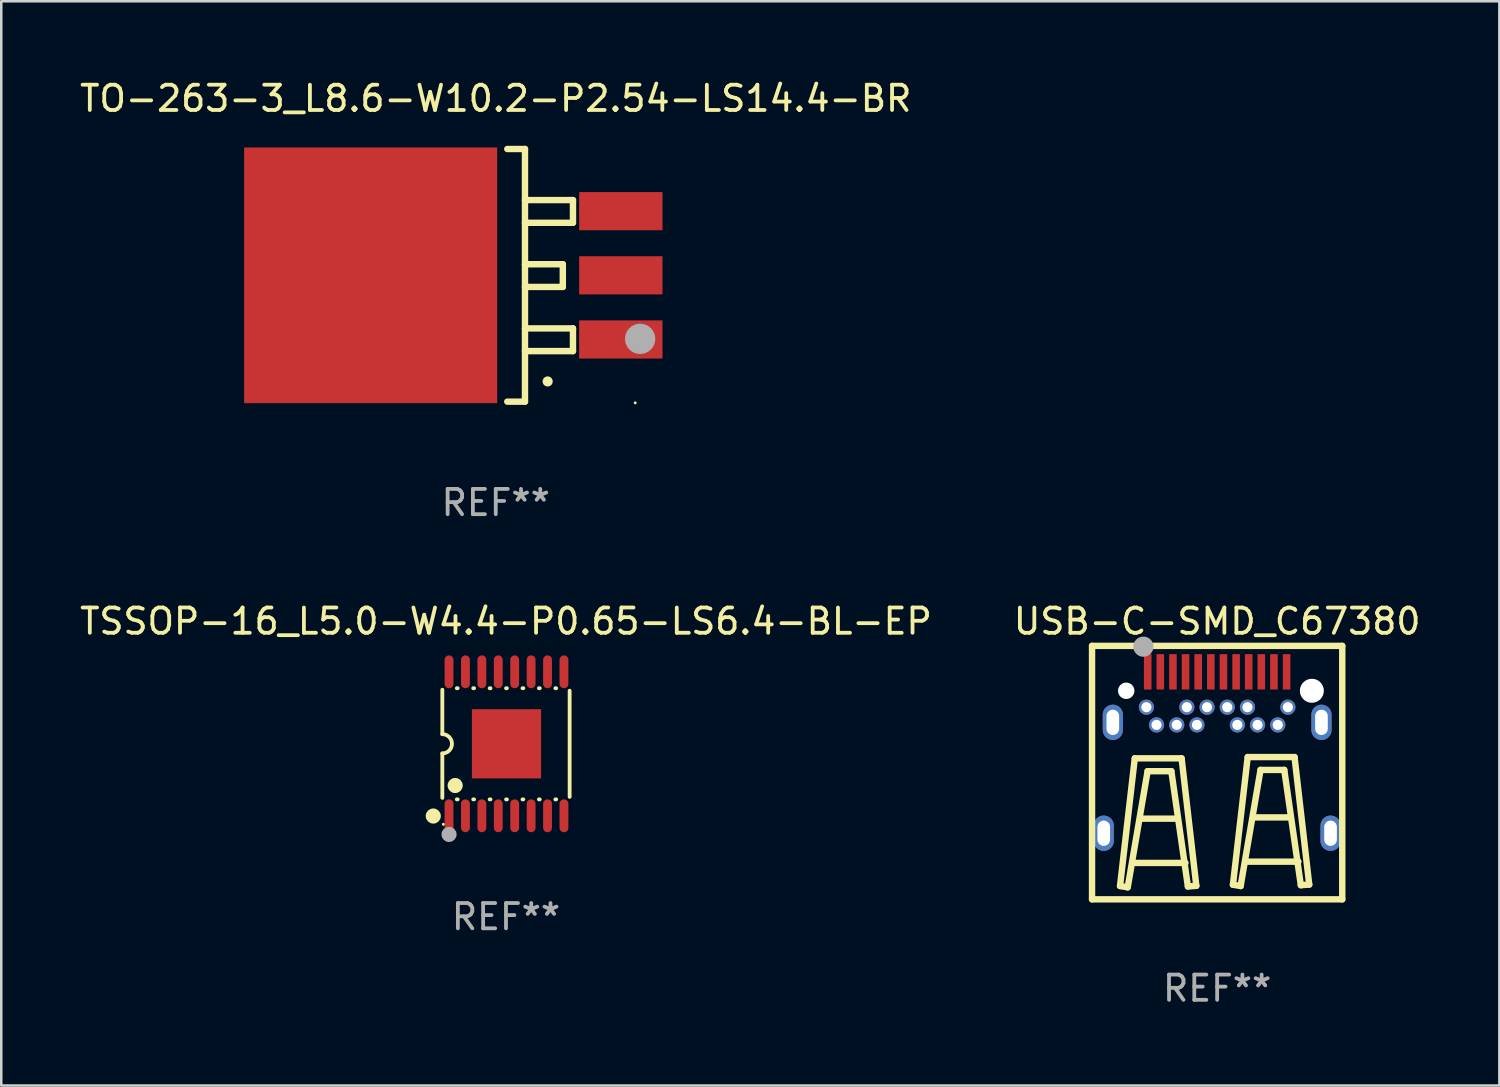
<source format=kicad_pcb>
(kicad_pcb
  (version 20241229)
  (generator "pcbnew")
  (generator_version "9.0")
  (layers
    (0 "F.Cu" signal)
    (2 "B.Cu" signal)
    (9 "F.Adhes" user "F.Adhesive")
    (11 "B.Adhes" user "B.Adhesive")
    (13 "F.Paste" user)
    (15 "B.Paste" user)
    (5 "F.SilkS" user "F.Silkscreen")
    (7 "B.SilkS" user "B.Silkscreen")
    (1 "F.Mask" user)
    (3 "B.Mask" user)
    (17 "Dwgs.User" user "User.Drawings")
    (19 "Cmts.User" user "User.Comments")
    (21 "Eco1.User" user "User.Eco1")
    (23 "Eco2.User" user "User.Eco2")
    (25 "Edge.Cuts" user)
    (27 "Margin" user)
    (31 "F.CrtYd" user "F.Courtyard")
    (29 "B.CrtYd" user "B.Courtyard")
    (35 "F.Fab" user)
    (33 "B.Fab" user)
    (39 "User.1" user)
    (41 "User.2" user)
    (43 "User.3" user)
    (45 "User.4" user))
  (footprint "TO-263-3_L8.6-W10.2-P2.54-LS14.4-BR"
    (layer "F.Cu")
    (at 16.577 7.85)
    (property "Reference" "TO-263-3_L8.6-W10.2-P2.54-LS14.4-BR" (at -0.000051 -7.001 0) (layer "F.SilkS") (effects (font (size 1 1) (thickness 0.15))))
    (attr smd)
    (fp_line (start 0.456 -5.001) (end 1.157 -5.001) (stroke (width 0.254) (type solid)) (layer "F.SilkS"))
    (fp_line (start 1.157 -5.001) (end 1.157 5.001) (stroke (width 0.254) (type solid)) (layer "F.SilkS"))
    (fp_line (start 1.157 -2.979) (end 3.057 -2.979) (stroke (width 0.254) (type solid)) (layer "F.SilkS"))
    (fp_line (start 1.157 -0.439) (end 2.655 -0.439) (stroke (width 0.254) (type solid)) (layer "F.SilkS"))
    (fp_line (start 1.157 2.101) (end 3.057 2.101) (stroke (width 0.254) (type solid)) (layer "F.SilkS"))
    (fp_line (start 1.157 3) (end 3.057 3) (stroke (width 0.254) (type solid)) (layer "F.SilkS"))
    (fp_line (start 1.157 5.001) (end 0.456 5.001) (stroke (width 0.254) (type solid)) (layer "F.SilkS"))
    (fp_line (start 2.655 -0.439) (end 2.655 0.46) (stroke (width 0.254) (type solid)) (layer "F.SilkS"))
    (fp_line (start 2.655 0.46) (end 1.157 0.46) (stroke (width 0.254) (type solid)) (layer "F.SilkS"))
    (fp_line (start 3.057 -2.979) (end 3.057 -2.08) (stroke (width 0.254) (type solid)) (layer "F.SilkS"))
    (fp_line (start 3.057 -2.08) (end 1.157 -2.08) (stroke (width 0.254) (type solid)) (layer "F.SilkS"))
    (fp_line (start 3.057 2.101) (end 3.057 3) (stroke (width 0.254) (type solid)) (layer "F.SilkS"))
    (fp_arc (start 2.055956 4.201168) (mid 2.054686 4.201172) (end 2.053416 4.201168) (stroke (width 0.398781) (type solid)) (layer "F.SilkS"))
    (fp_circle (center 5.521 5.05) (end 5.551 5.05) (stroke (width 0.06) (type solid)) (fill no) (layer "F.SilkS"))
    (fp_circle (center 5.716 2.515) (end 6.016 2.515) (stroke (width 0.6) (type solid)) (fill no) (layer "F.Fab"))
    (fp_text user "REF**" (at -0.000051 9.001 0) (layer "F.Fab") (effects (font (size 1 1) (thickness 0.15))))
    (pad "1" smd rect (at 4.952 2.54) (size 3.3 1.511) (layers "F.Cu" "F.Mask" "F.Paste"))
    (pad "2" smd rect (at 4.952 0) (size 3.3 1.511) (layers "F.Cu" "F.Mask" "F.Paste"))
    (pad "3" smd rect (at 4.952 -2.54) (size 3.3 1.511) (layers "F.Cu" "F.Mask" "F.Paste"))
    (pad "4" smd rect (at -4.952 0) (size 10.02 10.122) (layers "F.Cu" "F.Mask" "F.Paste")))
  (footprint "USB-C-SMD_C67380"
    (layer "F.Cu")
    (at 45.137 26.743)
    (property "Reference" "USB-C-SMD_C67380" (at 0 -5.195 0) (layer "F.SilkS") (effects (font (size 1 1) (thickness 0.15))))
    (attr through_hole)
    (fp_line (start -4.953 -4.223) (end -4.953 5.811) (stroke (width 0.254) (type solid)) (layer "F.SilkS"))
    (fp_line (start -4.953 5.811) (end 4.953 5.811) (stroke (width 0.254) (type solid)) (layer "F.SilkS"))
    (fp_line (start -3.845 5.285) (end -3.261 0.23) (stroke (width 0.254) (type solid)) (layer "F.SilkS"))
    (fp_line (start -3.54 5.336) (end -3.845 5.285) (stroke (width 0.254) (type solid)) (layer "F.SilkS"))
    (fp_line (start -3.261 0.23) (end -1.407 0.23) (stroke (width 0.254) (type solid)) (layer "F.SilkS"))
    (fp_line (start -2.753 0.738) (end -3.54 5.336) (stroke (width 0.254) (type solid)) (layer "F.SilkS"))
    (fp_line (start -1.813 0.738) (end -2.753 0.738) (stroke (width 0.254) (type solid)) (layer "F.SilkS"))
    (fp_line (start -1.585 2.618) (end -3.032 2.618) (stroke (width 0.254) (type solid)) (layer "F.SilkS"))
    (fp_line (start -1.407 0.23) (end -0.825 5.277) (stroke (width 0.254) (type solid)) (layer "F.SilkS"))
    (fp_line (start -1.254 4.371) (end -3.337 4.371) (stroke (width 0.254) (type solid)) (layer "F.SilkS"))
    (fp_line (start -1.158 5.303) (end -1.813 0.738) (stroke (width 0.254) (type solid)) (layer "F.SilkS"))
    (fp_line (start -0.825 5.277) (end -1.158 5.303) (stroke (width 0.254) (type solid)) (layer "F.SilkS"))
    (fp_line (start 0.625 5.234) (end 0.93 5.285) (stroke (width 0.254) (type solid)) (layer "F.SilkS"))
    (fp_line (start 0.93 5.285) (end 1.717 0.688) (stroke (width 0.254) (type solid)) (layer "F.SilkS"))
    (fp_line (start 1.209 0.18) (end 0.625 5.234) (stroke (width 0.254) (type solid)) (layer "F.SilkS"))
    (fp_line (start 1.717 0.688) (end 2.657 0.688) (stroke (width 0.254) (type solid)) (layer "F.SilkS"))
    (fp_line (start 2.657 0.688) (end 3.313 5.252) (stroke (width 0.254) (type solid)) (layer "F.SilkS"))
    (fp_line (start 2.886 2.567) (end 1.438 2.567) (stroke (width 0.254) (type solid)) (layer "F.SilkS"))
    (fp_line (start 3.064 0.18) (end 1.209 0.18) (stroke (width 0.254) (type solid)) (layer "F.SilkS"))
    (fp_line (start 3.216 4.32) (end 1.133 4.32) (stroke (width 0.254) (type solid)) (layer "F.SilkS"))
    (fp_line (start 3.313 5.252) (end 3.645 5.227) (stroke (width 0.254) (type solid)) (layer "F.SilkS"))
    (fp_line (start 3.645 5.227) (end 3.064 0.18) (stroke (width 0.254) (type solid)) (layer "F.SilkS"))
    (fp_line (start 4.953 -4.223) (end -4.953 -4.223) (stroke (width 0.254) (type solid)) (layer "F.SilkS"))
    (fp_line (start 4.953 5.811) (end 4.953 -4.223) (stroke (width 0.254) (type solid)) (layer "F.SilkS"))
    (fp_circle (center -4.8 -4.148) (end -4.77 -4.148) (stroke (width 0.06) (type solid)) (fill no) (layer "F.SilkS"))
    (fp_circle (center -3.6 -2.445) (end -3.462 -2.445) (stroke (width 0.275) (type solid)) (fill no) (layer "F.Fab"))
    (fp_circle (center -2.921 -4.191) (end -2.721 -4.191) (stroke (width 0.4) (type solid)) (fill no) (layer "F.Fab"))
    (fp_circle (center 3.75 -2.445) (end 3.888 -2.445) (stroke (width 0.275) (type solid)) (fill no) (layer "F.Fab"))
    (fp_text user "REF**" (at 0 9.336 0) (layer "F.Fab") (effects (font (size 1 1) (thickness 0.15))))
    (pad "" np_thru_hole circle (at -3.6 -2.445) (size 0.65 0.65) (drill 0.65) (layers "*.Cu" "*.Mask"))
    (pad "" np_thru_hole circle (at 3.75 -2.445) (size 0.95 0.95) (drill 0.95) (layers "*.Cu" "*.Mask"))
    (pad "13" thru_hole oval (at 4.13 -1.195 180) (size 0.8 1.4) (drill oval 0.5 1) (layers "*.Cu" "*.Mask"))
    (pad "14" thru_hole oval (at -4.13 -1.195 180) (size 0.8 1.4) (drill oval 0.5 1) (layers "*.Cu" "*.Mask"))
    (pad "15" thru_hole oval (at -4.49 3.195 180) (size 0.8 1.4) (drill oval 0.5 1) (layers "*.Cu" "*.Mask"))
    (pad "16" thru_hole oval (at 4.49 3.195 180) (size 0.8 1.4) (drill oval 0.5 1) (layers "*.Cu" "*.Mask"))
    (pad "A1" smd rect (at -2.749 -3.195 180) (size 0.3 1.4) (layers "F.Cu" "F.Mask" "F.Paste"))
    (pad "A2" smd rect (at -2.25 -3.195 180) (size 0.3 1.4) (layers "F.Cu" "F.Mask" "F.Paste"))
    (pad "A3" smd rect (at -1.751 -3.195 180) (size 0.3 1.4) (layers "F.Cu" "F.Mask" "F.Paste"))
    (pad "A4" smd rect (at -1.251 -3.195 180) (size 0.3 1.4) (layers "F.Cu" "F.Mask" "F.Paste"))
    (pad "A5" smd rect (at -0.75 -3.195 180) (size 0.3 1.4) (layers "F.Cu" "F.Mask" "F.Paste"))
    (pad "A6" smd rect (at -0.25 -3.195 180) (size 0.3 1.4) (layers "F.Cu" "F.Mask" "F.Paste"))
    (pad "A7" smd rect (at 0.25 -3.195 180) (size 0.3 1.4) (layers "F.Cu" "F.Mask" "F.Paste"))
    (pad "A8" smd rect (at 0.751 -3.195 180) (size 0.3 1.4) (layers "F.Cu" "F.Mask" "F.Paste"))
    (pad "A9" smd rect (at 1.25 -3.195 180) (size 0.3 1.4) (layers "F.Cu" "F.Mask" "F.Paste"))
    (pad "A10" smd rect (at 1.749 -3.195 180) (size 0.3 1.4) (layers "F.Cu" "F.Mask" "F.Paste"))
    (pad "A11" smd rect (at 2.249 -3.195 180) (size 0.3 1.4) (layers "F.Cu" "F.Mask" "F.Paste"))
    (pad "A12" smd rect (at 2.75 -3.195 180) (size 0.3 1.4) (layers "F.Cu" "F.Mask" "F.Paste"))
    (pad "B1" thru_hole circle (at 2.8 -1.795 180) (size 0.6 0.6) (drill 0.4) (layers "*.Cu" "*.Mask"))
    (pad "B2" thru_hole circle (at 2.4 -1.094 180) (size 0.6 0.6) (drill 0.4) (layers "*.Cu" "*.Mask"))
    (pad "B3" thru_hole circle (at 1.6 -1.094 180) (size 0.6 0.6) (drill 0.4) (layers "*.Cu" "*.Mask"))
    (pad "B4" thru_hole circle (at 1.2 -1.795 180) (size 0.6 0.6) (drill 0.4) (layers "*.Cu" "*.Mask"))
    (pad "B5" thru_hole circle (at 0.8 -1.094 180) (size 0.6 0.6) (drill 0.4) (layers "*.Cu" "*.Mask"))
    (pad "B6" thru_hole circle (at 0.4 -1.795 180) (size 0.6 0.6) (drill 0.4) (layers "*.Cu" "*.Mask"))
    (pad "B7" thru_hole circle (at -0.4 -1.795 180) (size 0.6 0.6) (drill 0.4) (layers "*.Cu" "*.Mask"))
    (pad "B8" thru_hole circle (at -0.8 -1.094 180) (size 0.6 0.6) (drill 0.4) (layers "*.Cu" "*.Mask"))
    (pad "B9" thru_hole circle (at -1.2 -1.795 180) (size 0.6 0.6) (drill 0.4) (layers "*.Cu" "*.Mask"))
    (pad "B10" thru_hole circle (at -1.6 -1.094 180) (size 0.6 0.6) (drill 0.4) (layers "*.Cu" "*.Mask"))
    (pad "B11" thru_hole circle (at -2.4 -1.094 180) (size 0.6 0.6) (drill 0.4) (layers "*.Cu" "*.Mask"))
    (pad "B12" thru_hole circle (at -2.8 -1.795 180) (size 0.6 0.6) (drill 0.4) (layers "*.Cu" "*.Mask")))
  (footprint "TSSOP-16_L5.0-W4.4-P0.65-LS6.4-BL-EP"
    (layer "F.Cu")
    (at 17.002 26.397)
    (property "Reference" "TSSOP-16_L5.0-W4.4-P0.65-LS6.4-BL-EP" (at -0.02 -4.85 0) (layer "F.SilkS") (effects (font (size 1 1) (thickness 0.15))))
    (attr smd)
    (fp_line (start -2.54 -2.14) (end -2.54 -0.381) (stroke (width 0.152) (type solid)) (layer "F.SilkS"))
    (fp_line (start -2.54 2.14) (end -2.54 0.381) (stroke (width 0.152) (type solid)) (layer "F.SilkS"))
    (fp_line (start -1.966 -2.2) (end -1.934 -2.2) (stroke (width 0.152) (type solid)) (layer "F.SilkS"))
    (fp_line (start -1.966 2.2) (end -1.934 2.2) (stroke (width 0.152) (type solid)) (layer "F.SilkS"))
    (fp_line (start -1.316 -2.2) (end -1.284 -2.2) (stroke (width 0.152) (type solid)) (layer "F.SilkS"))
    (fp_line (start -1.316 2.2) (end -1.284 2.2) (stroke (width 0.152) (type solid)) (layer "F.SilkS"))
    (fp_line (start -0.666 -2.2) (end -0.634 -2.2) (stroke (width 0.152) (type solid)) (layer "F.SilkS"))
    (fp_line (start -0.666 2.2) (end -0.634 2.2) (stroke (width 0.152) (type solid)) (layer "F.SilkS"))
    (fp_line (start -0.016 -2.2) (end 0.016 -2.2) (stroke (width 0.152) (type solid)) (layer "F.SilkS"))
    (fp_line (start -0.016 2.2) (end 0.016 2.2) (stroke (width 0.152) (type solid)) (layer "F.SilkS"))
    (fp_line (start 0.634 -2.2) (end 0.666 -2.2) (stroke (width 0.152) (type solid)) (layer "F.SilkS"))
    (fp_line (start 0.634 2.2) (end 0.666 2.2) (stroke (width 0.152) (type solid)) (layer "F.SilkS"))
    (fp_line (start 1.284 -2.2) (end 1.316 -2.2) (stroke (width 0.152) (type solid)) (layer "F.SilkS"))
    (fp_line (start 1.284 2.2) (end 1.316 2.2) (stroke (width 0.152) (type solid)) (layer "F.SilkS"))
    (fp_line (start 1.934 -2.2) (end 1.966 -2.2) (stroke (width 0.152) (type solid)) (layer "F.SilkS"))
    (fp_line (start 1.934 2.2) (end 1.966 2.2) (stroke (width 0.152) (type solid)) (layer "F.SilkS"))
    (fp_line (start 2.5 -2.101) (end 2.5 2.101) (stroke (width 0.152) (type solid)) (layer "F.SilkS"))
    (fp_arc (start -2.540005 -0.381001) (mid -2.159004 0) (end -2.540005 0.381001) (stroke (width 0.151994) (type solid)) (layer "F.SilkS"))
    (fp_circle (center -2.899 2.86) (end -2.749 2.86) (stroke (width 0.3) (type solid)) (fill no) (layer "F.SilkS"))
    (fp_circle (center -2.5 3.187) (end -2.47 3.187) (stroke (width 0.06) (type solid)) (fill no) (layer "F.SilkS"))
    (fp_circle (center -2.032 1.651) (end -1.882 1.651) (stroke (width 0.3) (type solid)) (fill no) (layer "F.SilkS"))
    (fp_circle (center -2.275 3.588) (end -2.125 3.588) (stroke (width 0.3) (type solid)) (fill no) (layer "F.Fab"))
    (fp_text user "REF**" (at -0.02 6.85 0) (layer "F.Fab") (effects (font (size 1 1) (thickness 0.15))))
    (pad "1" smd oval (at -2.275 2.85) (size 0.35 1.3) (layers "F.Cu" "F.Mask" "F.Paste"))
    (pad "2" smd oval (at -1.625 2.85) (size 0.35 1.3) (layers "F.Cu" "F.Mask" "F.Paste"))
    (pad "3" smd oval (at -0.975 2.85) (size 0.35 1.3) (layers "F.Cu" "F.Mask" "F.Paste"))
    (pad "4" smd oval (at -0.325 2.85) (size 0.35 1.3) (layers "F.Cu" "F.Mask" "F.Paste"))
    (pad "5" smd oval (at 0.325 2.85) (size 0.35 1.3) (layers "F.Cu" "F.Mask" "F.Paste"))
    (pad "6" smd oval (at 0.975 2.85) (size 0.35 1.3) (layers "F.Cu" "F.Mask" "F.Paste"))
    (pad "7" smd oval (at 1.625 2.85) (size 0.35 1.3) (layers "F.Cu" "F.Mask" "F.Paste"))
    (pad "8" smd oval (at 2.275 2.85) (size 0.35 1.3) (layers "F.Cu" "F.Mask" "F.Paste"))
    (pad "9" smd oval (at 2.275 -2.85) (size 0.35 1.3) (layers "F.Cu" "F.Mask" "F.Paste"))
    (pad "10" smd oval (at 1.625 -2.85) (size 0.35 1.3) (layers "F.Cu" "F.Mask" "F.Paste"))
    (pad "11" smd oval (at 0.975 -2.85) (size 0.35 1.3) (layers "F.Cu" "F.Mask" "F.Paste"))
    (pad "12" smd oval (at 0.325 -2.85) (size 0.35 1.3) (layers "F.Cu" "F.Mask" "F.Paste"))
    (pad "13" smd oval (at -0.325 -2.85) (size 0.35 1.3) (layers "F.Cu" "F.Mask" "F.Paste"))
    (pad "14" smd oval (at -0.975 -2.85) (size 0.35 1.3) (layers "F.Cu" "F.Mask" "F.Paste"))
    (pad "15" smd oval (at -1.625 -2.85) (size 0.35 1.3) (layers "F.Cu" "F.Mask" "F.Paste"))
    (pad "16" smd oval (at -2.275 -2.85) (size 0.35 1.3) (layers "F.Cu" "F.Mask" "F.Paste"))
    (pad "17" smd rect (at 0 0) (size 2.74 2.74) (layers "F.Cu" "F.Mask" "F.Paste")))
  (gr_rect
    (start -3 -3)
    (end 56.31 39.927)
    (stroke (width 0.1) (type default))
    (fill no)
    (layer "Edge.Cuts")))
</source>
